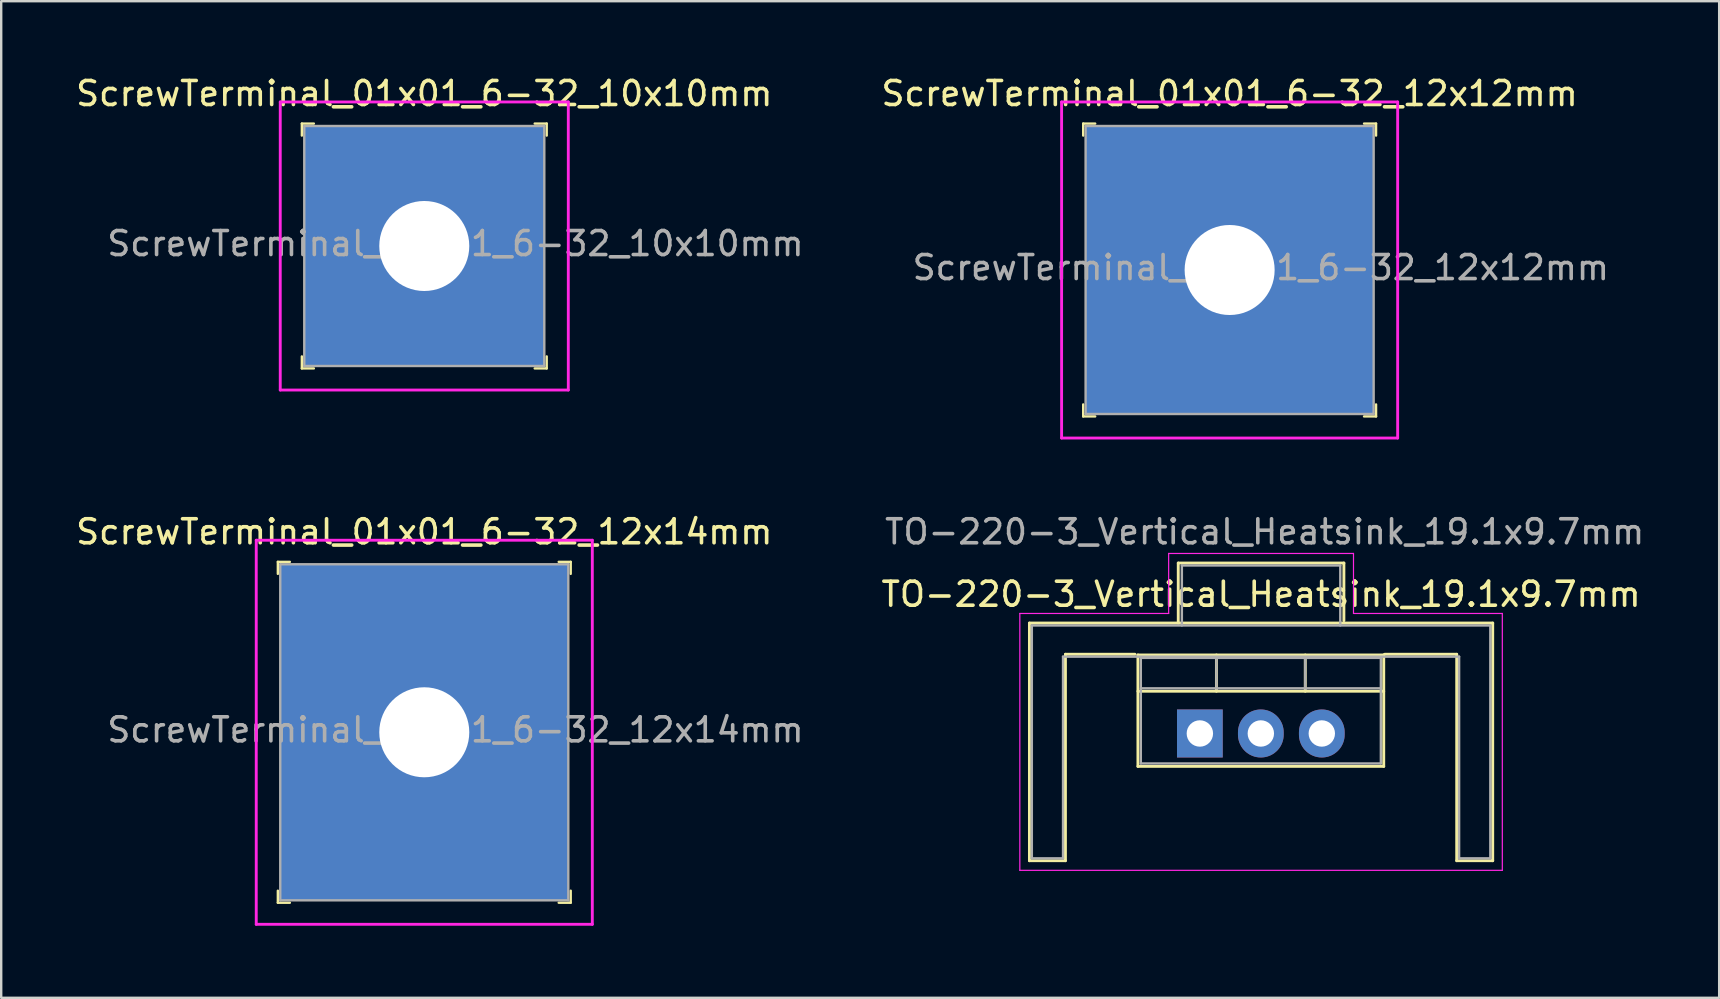
<source format=kicad_pcb>
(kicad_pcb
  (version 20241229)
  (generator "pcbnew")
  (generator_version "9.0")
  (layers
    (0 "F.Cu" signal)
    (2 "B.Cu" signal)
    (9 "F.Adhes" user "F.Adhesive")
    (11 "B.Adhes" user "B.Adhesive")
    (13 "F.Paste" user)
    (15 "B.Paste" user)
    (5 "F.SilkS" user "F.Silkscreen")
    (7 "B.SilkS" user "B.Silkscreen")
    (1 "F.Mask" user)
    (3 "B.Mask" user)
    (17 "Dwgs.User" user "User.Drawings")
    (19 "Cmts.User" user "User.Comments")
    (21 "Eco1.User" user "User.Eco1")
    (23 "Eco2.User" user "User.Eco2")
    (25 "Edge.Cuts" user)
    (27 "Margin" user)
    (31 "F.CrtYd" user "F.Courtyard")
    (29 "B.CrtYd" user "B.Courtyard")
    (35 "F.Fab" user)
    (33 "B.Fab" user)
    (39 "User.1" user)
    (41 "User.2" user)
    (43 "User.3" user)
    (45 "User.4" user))
  (footprint "ScrewTerminal_01x01_6-32_10x10mm"
    (layer "F.Cu")
    (at 14.625 7.198)
    (property "Reference" "ScrewTerminal_01x01_6-32_10x10mm" (at 0 -6.35 0) (layer "F.SilkS") (effects (font (size 1 1) (thickness 0.15))))
    (attr through_hole)
    (fp_line (start -5.1 -5.1) (end -5.1 -4.6) (stroke (width 0.1) (type solid)) (layer "F.SilkS"))
    (fp_line (start -5.1 -5.1) (end -4.6 -5.1) (stroke (width 0.1) (type solid)) (layer "F.SilkS"))
    (fp_line (start -5.1 5.1) (end -5.1 4.6) (stroke (width 0.1) (type solid)) (layer "F.SilkS"))
    (fp_line (start -5.1 5.1) (end -4.6 5.1) (stroke (width 0.1) (type solid)) (layer "F.SilkS"))
    (fp_line (start 5.1 -5.1) (end 4.6 -5.1) (stroke (width 0.1) (type solid)) (layer "F.SilkS"))
    (fp_line (start 5.1 -5.1) (end 5.1 -4.6) (stroke (width 0.1) (type solid)) (layer "F.SilkS"))
    (fp_line (start 5.1 5.1) (end 4.6 5.1) (stroke (width 0.1) (type solid)) (layer "F.SilkS"))
    (fp_line (start 5.1 5.1) (end 5.1 4.6) (stroke (width 0.1) (type solid)) (layer "F.SilkS"))
    (fp_line (start -6 -6) (end 6 -6) (stroke (width 0.12) (type solid)) (layer "F.CrtYd"))
    (fp_line (start -6 6) (end -6 -6) (stroke (width 0.12) (type solid)) (layer "F.CrtYd"))
    (fp_line (start 6 -6) (end 6 6) (stroke (width 0.12) (type solid)) (layer "F.CrtYd"))
    (fp_line (start 6 6) (end -6 6) (stroke (width 0.12) (type solid)) (layer "F.CrtYd"))
    (fp_line (start -5 -5) (end -5 5) (stroke (width 0.1) (type solid)) (layer "F.Fab"))
    (fp_line (start -5 -5) (end 5 -5) (stroke (width 0.1) (type solid)) (layer "F.Fab"))
    (fp_line (start -5 5) (end 5 5) (stroke (width 0.1) (type solid)) (layer "F.Fab"))
    (fp_line (start 5 5) (end 5 -5) (stroke (width 0.1) (type solid)) (layer "F.Fab"))
    (fp_text user "${REFERENCE}" (at 1.3 -0.1 0) (layer "F.Fab") (effects (font (size 1 1) (thickness 0.15))))
    (pad "1" thru_hole rect (at 0 0) (size 10 10) (drill 3.75) (layers "*.Cu" "*.Mask")))
  (footprint "ScrewTerminal_01x01_6-32_12x14mm"
    (layer "F.Cu")
    (at 14.625 27.456)
    (property "Reference" "ScrewTerminal_01x01_6-32_12x14mm" (at 0 -8.35 0) (layer "F.SilkS") (effects (font (size 1 1) (thickness 0.15))))
    (attr through_hole)
    (fp_line (start -6.1 -7.1) (end -6.1 -6.6) (stroke (width 0.1) (type solid)) (layer "F.SilkS"))
    (fp_line (start -6.1 -7.1) (end -5.6 -7.1) (stroke (width 0.1) (type solid)) (layer "F.SilkS"))
    (fp_line (start -6.1 7.1) (end -6.1 6.6) (stroke (width 0.1) (type solid)) (layer "F.SilkS"))
    (fp_line (start -6.1 7.1) (end -5.6 7.1) (stroke (width 0.1) (type solid)) (layer "F.SilkS"))
    (fp_line (start 6.1 -7.1) (end 5.6 -7.1) (stroke (width 0.1) (type solid)) (layer "F.SilkS"))
    (fp_line (start 6.1 -7.1) (end 6.1 -6.6) (stroke (width 0.1) (type solid)) (layer "F.SilkS"))
    (fp_line (start 6.1 7.1) (end 5.6 7.1) (stroke (width 0.1) (type solid)) (layer "F.SilkS"))
    (fp_line (start 6.1 7.1) (end 6.1 6.6) (stroke (width 0.1) (type solid)) (layer "F.SilkS"))
    (fp_line (start -7 -8) (end 7 -8) (stroke (width 0.12) (type solid)) (layer "F.CrtYd"))
    (fp_line (start -7 8) (end -7 -8) (stroke (width 0.12) (type solid)) (layer "F.CrtYd"))
    (fp_line (start 7 -8) (end 7 8) (stroke (width 0.12) (type solid)) (layer "F.CrtYd"))
    (fp_line (start 7 8) (end -7 8) (stroke (width 0.12) (type solid)) (layer "F.CrtYd"))
    (fp_line (start -6 -7) (end -6 7) (stroke (width 0.1) (type solid)) (layer "F.Fab"))
    (fp_line (start -6 -7) (end 6 -7) (stroke (width 0.1) (type solid)) (layer "F.Fab"))
    (fp_line (start -6 7) (end 6 7) (stroke (width 0.1) (type solid)) (layer "F.Fab"))
    (fp_line (start 6 7) (end 6 -7) (stroke (width 0.1) (type solid)) (layer "F.Fab"))
    (fp_text user "${REFERENCE}" (at 1.3 -0.1 0) (layer "F.Fab") (effects (font (size 1 1) (thickness 0.15))))
    (pad "1" thru_hole rect (at 0 0) (size 12 14) (drill 3.75) (layers "*.Cu" "*.Mask")))
  (footprint "TO-220-3_Vertical_Heatsink_19.1x9.7mm"
    (layer "F.Cu")
    (at 46.935 27.506)
    (property "Reference" "TO-220-3_Vertical_Heatsink_19.1x9.7mm" (at 2.55 -5.8 0) (layer "F.SilkS") (effects (font (size 1 1) (thickness 0.15))))
    (attr through_hole)
    (fp_line (start -7.1 -4.6) (end -7.1 5.3) (stroke (width 0.12) (type solid)) (layer "F.SilkS"))
    (fp_line (start -7.1 -4.6) (end 12.2 -4.6) (stroke (width 0.12) (type solid)) (layer "F.SilkS"))
    (fp_line (start -7.1 5.3) (end -5.6 5.3) (stroke (width 0.12) (type solid)) (layer "F.SilkS"))
    (fp_line (start -5.6 -3.3) (end -2.7 -3.3) (stroke (width 0.12) (type solid)) (layer "F.SilkS"))
    (fp_line (start -5.6 5.3) (end -5.6 -3.3) (stroke (width 0.12) (type solid)) (layer "F.SilkS"))
    (fp_line (start -2.58 -3.27) (end -2.58 1.371) (stroke (width 0.12) (type solid)) (layer "F.SilkS"))
    (fp_line (start -2.58 -3.27) (end 7.66 -3.27) (stroke (width 0.12) (type solid)) (layer "F.SilkS"))
    (fp_line (start -2.58 -1.76) (end 7.66 -1.76) (stroke (width 0.12) (type solid)) (layer "F.SilkS"))
    (fp_line (start -2.58 1.371) (end 7.66 1.371) (stroke (width 0.12) (type solid)) (layer "F.SilkS"))
    (fp_line (start -0.9 -7.1) (end -0.9 -4.6) (stroke (width 0.12) (type solid)) (layer "F.SilkS"))
    (fp_line (start 0.69 -3.27) (end 0.69 -1.76) (stroke (width 0.12) (type solid)) (layer "F.SilkS"))
    (fp_line (start 4.391 -3.27) (end 4.391 -1.76) (stroke (width 0.12) (type solid)) (layer "F.SilkS"))
    (fp_line (start 6 -7.1) (end -0.9 -7.1) (stroke (width 0.12) (type solid)) (layer "F.SilkS"))
    (fp_line (start 6 -4.7) (end 6 -7.1) (stroke (width 0.12) (type solid)) (layer "F.SilkS"))
    (fp_line (start 7.66 -3.27) (end 7.66 1.371) (stroke (width 0.12) (type solid)) (layer "F.SilkS"))
    (fp_line (start 10.7 -3.3) (end 7.7 -3.3) (stroke (width 0.12) (type solid)) (layer "F.SilkS"))
    (fp_line (start 10.7 5.3) (end 10.7 -3.3) (stroke (width 0.12) (type solid)) (layer "F.SilkS"))
    (fp_line (start 12.2 -4.6) (end 12.2 5.3) (stroke (width 0.12) (type solid)) (layer "F.SilkS"))
    (fp_line (start 12.2 5.3) (end 10.7 5.3) (stroke (width 0.12) (type solid)) (layer "F.SilkS"))
    (fp_line (start -7.5 -5) (end -7.5 5.7) (stroke (width 0.05) (type solid)) (layer "F.CrtYd"))
    (fp_line (start -7.5 5.7) (end 12.6 5.7) (stroke (width 0.05) (type solid)) (layer "F.CrtYd"))
    (fp_line (start -1.3 -7.5) (end -1.3 -5) (stroke (width 0.05) (type solid)) (layer "F.CrtYd"))
    (fp_line (start -1.3 -5) (end -7.5 -5) (stroke (width 0.05) (type solid)) (layer "F.CrtYd"))
    (fp_line (start 6.4 -7.5) (end -1.3 -7.5) (stroke (width 0.05) (type solid)) (layer "F.CrtYd"))
    (fp_line (start 6.4 -5) (end 6.4 -7.5) (stroke (width 0.05) (type solid)) (layer "F.CrtYd"))
    (fp_line (start 12.6 -5) (end 6.4 -5) (stroke (width 0.05) (type solid)) (layer "F.CrtYd"))
    (fp_line (start 12.6 5.7) (end 12.6 -5) (stroke (width 0.05) (type solid)) (layer "F.CrtYd"))
    (fp_line (start -7 -4.5) (end 12.1 -4.5) (stroke (width 0.1) (type solid)) (layer "F.Fab"))
    (fp_line (start -7 5.2) (end -7 -4.5) (stroke (width 0.1) (type solid)) (layer "F.Fab"))
    (fp_line (start -5.7 -3.2) (end -5.7 5.2) (stroke (width 0.1) (type solid)) (layer "F.Fab"))
    (fp_line (start -5.7 -3.2) (end 10.8 -3.2) (stroke (width 0.1) (type solid)) (layer "F.Fab"))
    (fp_line (start -5.7 5.2) (end -7 5.2) (stroke (width 0.1) (type solid)) (layer "F.Fab"))
    (fp_line (start -2.46 -3.15) (end -2.46 1.25) (stroke (width 0.1) (type solid)) (layer "F.Fab"))
    (fp_line (start -2.46 -1.88) (end 7.54 -1.88) (stroke (width 0.1) (type solid)) (layer "F.Fab"))
    (fp_line (start -2.46 1.25) (end 7.54 1.25) (stroke (width 0.1) (type solid)) (layer "F.Fab"))
    (fp_line (start -0.75 -7) (end -0.75 -4.5) (stroke (width 0.1) (type solid)) (layer "F.Fab"))
    (fp_line (start -0.75 -7) (end 5.85 -7) (stroke (width 0.1) (type solid)) (layer "F.Fab"))
    (fp_line (start 0.69 -3.15) (end 0.69 -1.88) (stroke (width 0.1) (type solid)) (layer "F.Fab"))
    (fp_line (start 4.39 -3.15) (end 4.39 -1.88) (stroke (width 0.1) (type solid)) (layer "F.Fab"))
    (fp_line (start 5.85 -7) (end 5.85 -4.5) (stroke (width 0.1) (type solid)) (layer "F.Fab"))
    (fp_line (start 7.54 -3.15) (end -2.46 -3.15) (stroke (width 0.1) (type solid)) (layer "F.Fab"))
    (fp_line (start 7.54 1.25) (end 7.54 -3.15) (stroke (width 0.1) (type solid)) (layer "F.Fab"))
    (fp_line (start 10.8 -3.2) (end 10.8 5.2) (stroke (width 0.1) (type solid)) (layer "F.Fab"))
    (fp_line (start 12.1 -4.5) (end 12.1 5.2) (stroke (width 0.1) (type solid)) (layer "F.Fab"))
    (fp_line (start 12.1 5.2) (end 10.8 5.2) (stroke (width 0.1) (type solid)) (layer "F.Fab"))
    (fp_text user "${REFERENCE}" (at 2.7 -8.4 0) (layer "F.Fab") (effects (font (size 1 1) (thickness 0.15))))
    (pad "1" thru_hole rect (at 0 0) (size 1.905 2) (drill 1.1) (layers "*.Cu" "*.Mask"))
    (pad "2" thru_hole oval (at 2.54 0) (size 1.905 2) (drill 1.1) (layers "*.Cu" "*.Mask"))
    (pad "3" thru_hole oval (at 5.08 0) (size 1.905 2) (drill 1.1) (layers "*.Cu" "*.Mask")))
  (footprint "ScrewTerminal_01x01_6-32_12x12mm"
    (layer "F.Cu")
    (at 48.175 8.198)
    (property "Reference" "ScrewTerminal_01x01_6-32_12x12mm" (at 0 -7.35 0) (layer "F.SilkS") (effects (font (size 1 1) (thickness 0.15))))
    (attr through_hole)
    (fp_line (start -6.1 -6.1) (end -6.1 -5.6) (stroke (width 0.1) (type solid)) (layer "F.SilkS"))
    (fp_line (start -6.1 -6.1) (end -5.6 -6.1) (stroke (width 0.1) (type solid)) (layer "F.SilkS"))
    (fp_line (start -6.1 6.1) (end -6.1 5.6) (stroke (width 0.1) (type solid)) (layer "F.SilkS"))
    (fp_line (start -6.1 6.1) (end -5.6 6.1) (stroke (width 0.1) (type solid)) (layer "F.SilkS"))
    (fp_line (start 6.1 -6.1) (end 5.6 -6.1) (stroke (width 0.1) (type solid)) (layer "F.SilkS"))
    (fp_line (start 6.1 -6.1) (end 6.1 -5.6) (stroke (width 0.1) (type solid)) (layer "F.SilkS"))
    (fp_line (start 6.1 6.1) (end 5.6 6.1) (stroke (width 0.1) (type solid)) (layer "F.SilkS"))
    (fp_line (start 6.1 6.1) (end 6.1 5.6) (stroke (width 0.1) (type solid)) (layer "F.SilkS"))
    (fp_line (start -7 -7) (end 7 -7) (stroke (width 0.12) (type solid)) (layer "F.CrtYd"))
    (fp_line (start -7 7) (end -7 -7) (stroke (width 0.12) (type solid)) (layer "F.CrtYd"))
    (fp_line (start 7 -7) (end 7 7) (stroke (width 0.12) (type solid)) (layer "F.CrtYd"))
    (fp_line (start 7 7) (end -7 7) (stroke (width 0.12) (type solid)) (layer "F.CrtYd"))
    (fp_line (start -6 -6) (end -6 6) (stroke (width 0.1) (type solid)) (layer "F.Fab"))
    (fp_line (start -6 -6) (end 6 -6) (stroke (width 0.1) (type solid)) (layer "F.Fab"))
    (fp_line (start -6 6) (end 6 6) (stroke (width 0.1) (type solid)) (layer "F.Fab"))
    (fp_line (start 6 6) (end 6 -6) (stroke (width 0.1) (type solid)) (layer "F.Fab"))
    (fp_text user "${REFERENCE}" (at 1.3 -0.1 0) (layer "F.Fab") (effects (font (size 1 1) (thickness 0.15))))
    (pad "1" thru_hole rect (at 0 0) (size 12 12) (drill 3.75) (layers "*.Cu" "*.Mask")))
  (gr_rect
    (start -3 -3)
    (end 68.569 38.517)
    (stroke (width 0.1) (type default))
    (fill no)
    (layer "Edge.Cuts")))
</source>
